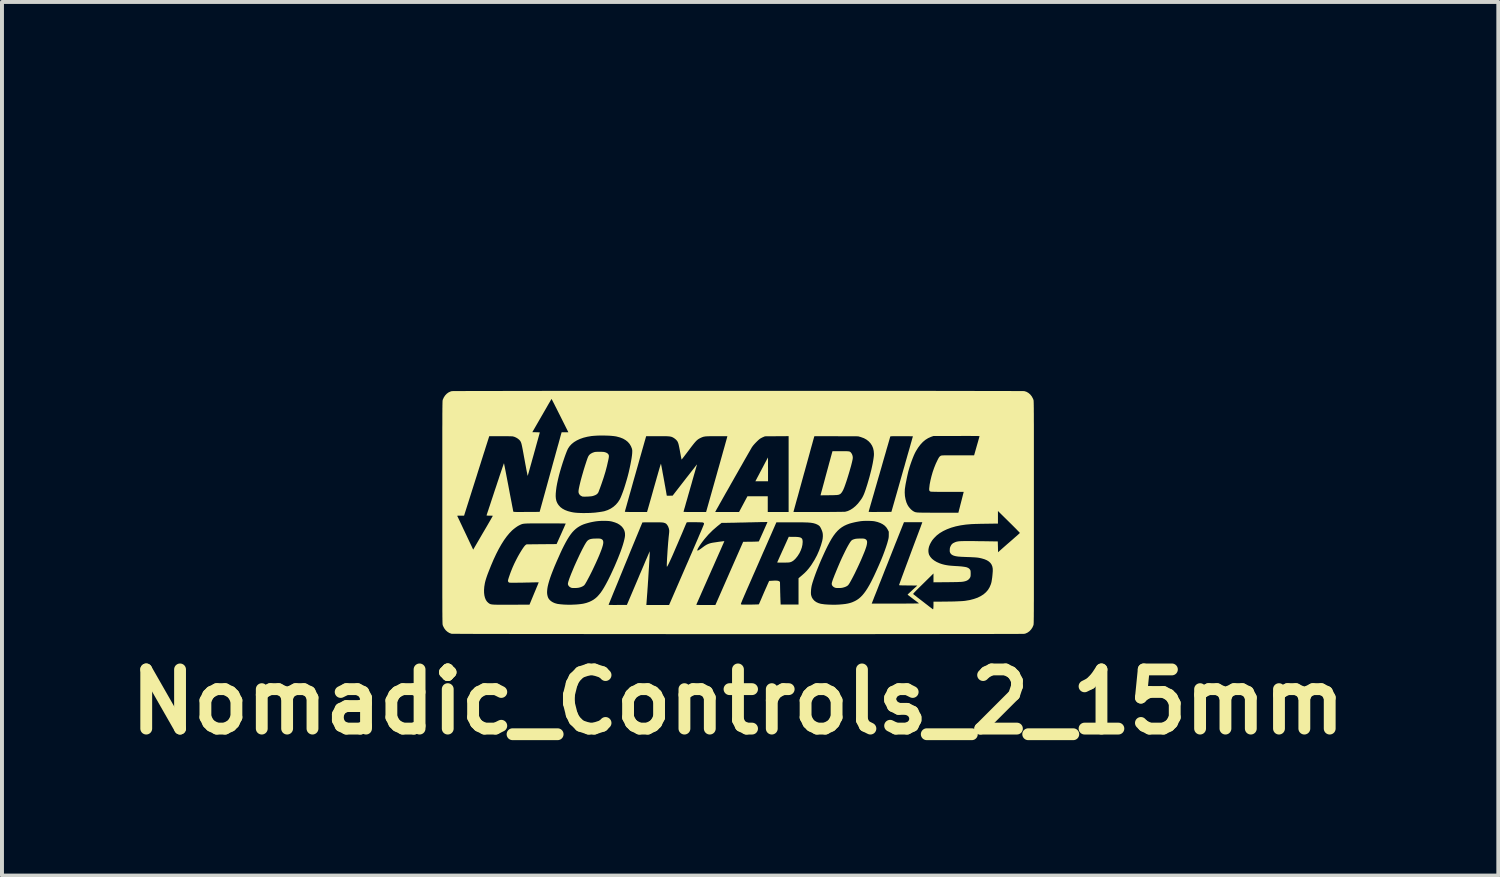
<source format=kicad_pcb>
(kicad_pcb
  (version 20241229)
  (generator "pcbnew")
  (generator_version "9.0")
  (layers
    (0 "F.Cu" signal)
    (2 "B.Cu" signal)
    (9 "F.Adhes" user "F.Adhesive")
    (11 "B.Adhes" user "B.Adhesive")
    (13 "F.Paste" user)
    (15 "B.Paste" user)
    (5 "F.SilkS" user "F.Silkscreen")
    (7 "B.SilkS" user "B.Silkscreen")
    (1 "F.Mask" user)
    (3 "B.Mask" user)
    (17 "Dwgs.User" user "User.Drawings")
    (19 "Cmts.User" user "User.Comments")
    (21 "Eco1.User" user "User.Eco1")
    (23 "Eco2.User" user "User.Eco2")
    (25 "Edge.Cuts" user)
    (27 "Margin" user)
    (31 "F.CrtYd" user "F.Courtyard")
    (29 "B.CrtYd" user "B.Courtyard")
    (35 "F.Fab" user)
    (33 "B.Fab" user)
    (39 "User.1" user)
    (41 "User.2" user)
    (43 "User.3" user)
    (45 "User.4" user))
  (footprint "Nomadic_Controls_2_15mm"
    (layer "F.Cu")
    (at 15.657 9.941)
    (property "Reference" "Nomadic_Controls_2_15mm" (at 0 4.8 0) (layer "F.SilkS") (effects (font (size 1.5 1.5) (thickness 0.3))))
    (attr board_only exclude_from_pos_files exclude_from_bom)
    (fp_poly (pts (xy 0.76 -1.388) (xy 0.76 -1.372) (xy 0.761 -1.345) (xy 0.761 -1.31) (xy 0.761 -1.267) (xy 0.761 -1.217) (xy 0.761 -1.163) (xy 0.762 -1.104) (xy 0.762 -1.094) (xy 0.762 -0.792) (xy 0.601 -0.792) (xy 0.441 -0.792) (xy 0.472 -0.849) (xy 0.481 -0.867) (xy 0.495 -0.894) (xy 0.514 -0.929) (xy 0.536 -0.97) (xy 0.56 -1.017) (xy 0.587 -1.067) (xy 0.614 -1.119) (xy 0.63 -1.148) (xy 0.656 -1.199) (xy 0.681 -1.246) (xy 0.703 -1.288) (xy 0.723 -1.325) (xy 0.738 -1.355) (xy 0.75 -1.377) (xy 0.757 -1.39) (xy 0.759 -1.394)) (stroke (width 0) (type solid)) (fill yes) (layer "F.SilkS"))
    (fp_poly (pts (xy 1.397 0.618) (xy 1.459 0.618) (xy 1.509 0.621) (xy 1.55 0.626) (xy 1.581 0.634) (xy 1.604 0.646) (xy 1.621 0.662) (xy 1.632 0.682) (xy 1.637 0.708) (xy 1.64 0.739) (xy 1.64 0.749) (xy 1.634 0.818) (xy 1.618 0.889) (xy 1.592 0.961) (xy 1.558 1.032) (xy 1.515 1.1) (xy 1.466 1.162) (xy 1.443 1.186) (xy 1.404 1.221) (xy 1.364 1.246) (xy 1.321 1.262) (xy 1.309 1.264) (xy 1.295 1.266) (xy 1.272 1.268) (xy 1.242 1.269) (xy 1.207 1.27) (xy 1.17 1.271) (xy 1.132 1.271) (xy 1.095 1.271) (xy 1.061 1.271) (xy 1.032 1.27) (xy 1.01 1.269) (xy 0.997 1.268) (xy 0.995 1.267) (xy 0.997 1.26) (xy 1.004 1.244) (xy 1.016 1.218) (xy 1.031 1.184) (xy 1.049 1.143) (xy 1.07 1.096) (xy 1.094 1.044) (xy 1.119 0.987) (xy 1.141 0.94) (xy 1.287 0.617)) (stroke (width 0) (type solid)) (fill yes) (layer "F.SilkS"))
    (fp_poly (pts (xy 2.663 -1.554) (xy 2.711 -1.553) (xy 2.749 -1.553) (xy 2.779 -1.552) (xy 2.801 -1.55) (xy 2.819 -1.547) (xy 2.831 -1.544) (xy 2.841 -1.538) (xy 2.85 -1.532) (xy 2.858 -1.524) (xy 2.863 -1.519) (xy 2.888 -1.483) (xy 2.904 -1.44) (xy 2.91 -1.406) (xy 2.91 -1.388) (xy 2.909 -1.369) (xy 2.906 -1.347) (xy 2.9 -1.319) (xy 2.892 -1.283) (xy 2.887 -1.262) (xy 2.869 -1.19) (xy 2.847 -1.113) (xy 2.824 -1.032) (xy 2.799 -0.949) (xy 2.774 -0.868) (xy 2.749 -0.79) (xy 2.724 -0.717) (xy 2.701 -0.653) (xy 2.689 -0.622) (xy 2.669 -0.575) (xy 2.647 -0.534) (xy 2.625 -0.501) (xy 2.604 -0.478) (xy 2.598 -0.473) (xy 2.586 -0.465) (xy 2.573 -0.458) (xy 2.56 -0.453) (xy 2.544 -0.448) (xy 2.524 -0.445) (xy 2.498 -0.442) (xy 2.466 -0.441) (xy 2.425 -0.439) (xy 2.376 -0.438) (xy 2.315 -0.438) (xy 2.307 -0.437) (xy 2.093 -0.435) (xy 2.097 -0.452) (xy 2.1 -0.463) (xy 2.105 -0.484) (xy 2.113 -0.515) (xy 2.124 -0.554) (xy 2.137 -0.601) (xy 2.151 -0.654) (xy 2.167 -0.712) (xy 2.184 -0.775) (xy 2.202 -0.842) (xy 2.22 -0.91) (xy 2.239 -0.98) (xy 2.258 -1.05) (xy 2.277 -1.119) (xy 2.295 -1.186) (xy 2.312 -1.25) (xy 2.329 -1.311) (xy 2.344 -1.366) (xy 2.357 -1.415) (xy 2.369 -1.457) (xy 2.378 -1.491) (xy 2.385 -1.516) (xy 2.389 -1.53) (xy 2.39 -1.534) (xy 2.396 -1.554) (xy 2.605 -1.554)) (stroke (width 0) (type solid)) (fill yes) (layer "F.SilkS"))
    (fp_poly (pts (xy -3.549 0.661) (xy -3.522 0.661) (xy -3.502 0.662) (xy -3.487 0.665) (xy -3.474 0.669) (xy -3.463 0.673) (xy -3.441 0.687) (xy -3.426 0.704) (xy -3.417 0.728) (xy -3.414 0.757) (xy -3.417 0.793) (xy -3.427 0.838) (xy -3.443 0.891) (xy -3.461 0.944) (xy -3.489 1.016) (xy -3.522 1.098) (xy -3.561 1.187) (xy -3.604 1.283) (xy -3.651 1.383) (xy -3.701 1.488) (xy -3.74 1.566) (xy -3.776 1.636) (xy -3.807 1.694) (xy -3.833 1.743) (xy -3.856 1.782) (xy -3.874 1.813) (xy -3.89 1.835) (xy -3.898 1.845) (xy -3.919 1.861) (xy -3.949 1.878) (xy -3.986 1.893) (xy -4.025 1.904) (xy -4.033 1.906) (xy -4.059 1.91) (xy -4.09 1.913) (xy -4.125 1.915) (xy -4.159 1.915) (xy -4.19 1.914) (xy -4.212 1.912) (xy -4.219 1.91) (xy -4.254 1.895) (xy -4.282 1.873) (xy -4.301 1.847) (xy -4.311 1.817) (xy -4.311 1.808) (xy -4.308 1.787) (xy -4.301 1.756) (xy -4.288 1.716) (xy -4.272 1.668) (xy -4.251 1.614) (xy -4.228 1.554) (xy -4.201 1.49) (xy -4.173 1.422) (xy -4.143 1.351) (xy -4.111 1.28) (xy -4.078 1.208) (xy -4.045 1.137) (xy -4.013 1.068) (xy -3.98 1.001) (xy -3.949 0.939) (xy -3.919 0.882) (xy -3.892 0.831) (xy -3.866 0.787) (xy -3.844 0.752) (xy -3.843 0.751) (xy -3.823 0.724) (xy -3.8 0.703) (xy -3.774 0.687) (xy -3.742 0.675) (xy -3.703 0.667) (xy -3.656 0.662) (xy -3.598 0.661) (xy -3.586 0.661)) (stroke (width 0) (type solid)) (fill yes) (layer "F.SilkS"))
    (fp_poly (pts (xy 3.139 0.661) (xy 3.166 0.661) (xy 3.186 0.662) (xy 3.201 0.665) (xy 3.214 0.669) (xy 3.225 0.673) (xy 3.248 0.688) (xy 3.263 0.707) (xy 3.272 0.732) (xy 3.273 0.765) (xy 3.268 0.805) (xy 3.257 0.853) (xy 3.241 0.903) (xy 3.224 0.951) (xy 3.203 1.006) (xy 3.178 1.066) (xy 3.151 1.131) (xy 3.122 1.199) (xy 3.091 1.268) (xy 3.059 1.338) (xy 3.026 1.409) (xy 2.993 1.477) (xy 2.961 1.544) (xy 2.929 1.606) (xy 2.899 1.664) (xy 2.871 1.716) (xy 2.846 1.761) (xy 2.824 1.799) (xy 2.805 1.826) (xy 2.792 1.843) (xy 2.768 1.862) (xy 2.735 1.88) (xy 2.695 1.895) (xy 2.655 1.906) (xy 2.627 1.911) (xy 2.593 1.914) (xy 2.556 1.915) (xy 2.521 1.915) (xy 2.491 1.913) (xy 2.472 1.91) (xy 2.434 1.895) (xy 2.404 1.871) (xy 2.395 1.86) (xy 2.387 1.847) (xy 2.381 1.834) (xy 2.378 1.82) (xy 2.377 1.803) (xy 2.38 1.782) (xy 2.387 1.757) (xy 2.397 1.725) (xy 2.411 1.685) (xy 2.43 1.637) (xy 2.452 1.579) (xy 2.458 1.566) (xy 2.502 1.458) (xy 2.546 1.353) (xy 2.59 1.251) (xy 2.633 1.155) (xy 2.676 1.065) (xy 2.717 0.981) (xy 2.755 0.906) (xy 2.791 0.84) (xy 2.824 0.784) (xy 2.841 0.757) (xy 2.862 0.728) (xy 2.881 0.707) (xy 2.902 0.693) (xy 2.928 0.682) (xy 2.963 0.672) (xy 2.965 0.671) (xy 2.991 0.666) (xy 3.025 0.663) (xy 3.067 0.661) (xy 3.101 0.661)) (stroke (width 0) (type solid)) (fill yes) (layer "F.SilkS"))
    (fp_poly (pts (xy -3.469 -1.538) (xy -3.439 -1.537) (xy -3.415 -1.536) (xy -3.396 -1.533) (xy -3.379 -1.53) (xy -3.362 -1.525) (xy -3.334 -1.514) (xy -3.314 -1.503) (xy -3.297 -1.488) (xy -3.296 -1.486) (xy -3.285 -1.473) (xy -3.277 -1.46) (xy -3.273 -1.444) (xy -3.272 -1.425) (xy -3.274 -1.401) (xy -3.279 -1.368) (xy -3.288 -1.326) (xy -3.29 -1.317) (xy -3.322 -1.175) (xy -3.361 -1.028) (xy -3.408 -0.876) (xy -3.462 -0.717) (xy -3.497 -0.62) (xy -3.509 -0.589) (xy -3.52 -0.56) (xy -3.529 -0.535) (xy -3.535 -0.519) (xy -3.535 -0.518) (xy -3.552 -0.489) (xy -3.579 -0.462) (xy -3.617 -0.44) (xy -3.663 -0.423) (xy -3.695 -0.414) (xy -3.716 -0.411) (xy -3.746 -0.408) (xy -3.78 -0.405) (xy -3.816 -0.403) (xy -3.852 -0.402) (xy -3.886 -0.401) (xy -3.914 -0.402) (xy -3.935 -0.403) (xy -3.943 -0.404) (xy -3.983 -0.423) (xy -4.013 -0.449) (xy -4.033 -0.481) (xy -4.04 -0.504) (xy -4.042 -0.519) (xy -4.042 -0.539) (xy -4.04 -0.564) (xy -4.035 -0.596) (xy -4.027 -0.635) (xy -4.017 -0.683) (xy -4.003 -0.742) (xy -3.994 -0.78) (xy -3.982 -0.827) (xy -3.967 -0.881) (xy -3.951 -0.939) (xy -3.933 -1.001) (xy -3.915 -1.064) (xy -3.896 -1.126) (xy -3.877 -1.187) (xy -3.858 -1.245) (xy -3.841 -1.298) (xy -3.825 -1.344) (xy -3.811 -1.383) (xy -3.799 -1.411) (xy -3.795 -1.421) (xy -3.772 -1.456) (xy -3.738 -1.486) (xy -3.694 -1.511) (xy -3.651 -1.527) (xy -3.634 -1.532) (xy -3.615 -1.535) (xy -3.591 -1.537) (xy -3.561 -1.538) (xy -3.521 -1.538) (xy -3.51 -1.538)) (stroke (width 0) (type solid)) (fill yes) (layer "F.SilkS"))
    (fp_poly (pts (xy 0.288 -3.083) (xy 0.547 -3.083) (xy 0.805 -3.083) (xy 1.062 -3.083) (xy 1.318 -3.083) (xy 1.572 -3.083) (xy 1.825 -3.083) (xy 2.075 -3.083) (xy 2.323 -3.083) (xy 2.569 -3.083) (xy 2.811 -3.083) (xy 3.05 -3.083) (xy 3.286 -3.083) (xy 3.518 -3.083) (xy 3.746 -3.082) (xy 3.969 -3.082) (xy 4.188 -3.082) (xy 4.401 -3.082) (xy 4.609 -3.082) (xy 4.812 -3.082) (xy 5.009 -3.082) (xy 5.199 -3.081) (xy 5.383 -3.081) (xy 5.561 -3.081) (xy 5.731 -3.081) (xy 5.894 -3.081) (xy 6.049 -3.08) (xy 6.196 -3.08) (xy 6.335 -3.08) (xy 6.466 -3.08) (xy 6.588 -3.079) (xy 6.7 -3.079) (xy 6.803 -3.079) (xy 6.897 -3.079) (xy 6.98 -3.078) (xy 7.054 -3.078) (xy 7.116 -3.078) (xy 7.168 -3.077) (xy 7.208 -3.077) (xy 7.238 -3.077) (xy 7.255 -3.076) (xy 7.26 -3.076) (xy 7.314 -3.059) (xy 7.364 -3.03) (xy 7.408 -2.992) (xy 7.446 -2.945) (xy 7.476 -2.89) (xy 7.49 -2.856) (xy 7.491 -2.853) (xy 7.492 -2.849) (xy 7.493 -2.845) (xy 7.493 -2.839) (xy 7.494 -2.832) (xy 7.495 -2.823) (xy 7.495 -2.812) (xy 7.496 -2.798) (xy 7.496 -2.781) (xy 7.497 -2.761) (xy 7.497 -2.738) (xy 7.498 -2.71) (xy 7.498 -2.679) (xy 7.499 -2.643) (xy 7.499 -2.601) (xy 7.499 -2.555) (xy 7.5 -2.503) (xy 7.5 -2.445) (xy 7.5 -2.381) (xy 7.5 -2.31) (xy 7.501 -2.233) (xy 7.501 -2.148) (xy 7.501 -2.055) (xy 7.501 -1.955) (xy 7.501 -1.846) (xy 7.501 -1.729) (xy 7.501 -1.603) (xy 7.501 -1.468) (xy 7.501 -1.323) (xy 7.501 -1.168) (xy 7.501 -1.003) (xy 7.501 -0.827) (xy 7.501 -0.64) (xy 7.501 -0.442) (xy 7.501 -0.233) (xy 7.501 -0.011) (xy 7.501 0) (xy 7.501 0.222) (xy 7.501 0.432) (xy 7.501 0.631) (xy 7.501 0.818) (xy 7.501 0.994) (xy 7.501 1.16) (xy 7.501 1.315) (xy 7.501 1.461) (xy 7.501 1.597) (xy 7.501 1.723) (xy 7.501 1.841) (xy 7.501 1.95) (xy 7.501 2.051) (xy 7.501 2.143) (xy 7.501 2.229) (xy 7.5 2.307) (xy 7.5 2.378) (xy 7.5 2.442) (xy 7.5 2.5) (xy 7.499 2.553) (xy 7.499 2.599) (xy 7.499 2.641) (xy 7.498 2.677) (xy 7.498 2.709) (xy 7.497 2.737) (xy 7.497 2.76) (xy 7.497 2.78) (xy 7.496 2.797) (xy 7.495 2.811) (xy 7.495 2.823) (xy 7.494 2.832) (xy 7.493 2.839) (xy 7.493 2.845) (xy 7.492 2.849) (xy 7.491 2.853) (xy 7.49 2.856) (xy 7.49 2.856) (xy 7.465 2.914) (xy 7.431 2.965) (xy 7.39 3.009) (xy 7.344 3.043) (xy 7.293 3.067) (xy 7.26 3.076) (xy 7.252 3.076) (xy 7.232 3.077) (xy 7.201 3.077) (xy 7.158 3.077) (xy 7.104 3.078) (xy 7.039 3.078) (xy 6.964 3.078) (xy 6.878 3.079) (xy 6.783 3.079) (xy 6.678 3.079) (xy 6.563 3.079) (xy 6.439 3.08) (xy 6.307 3.08) (xy 6.166 3.08) (xy 6.017 3.08) (xy 5.861 3.081) (xy 5.696 3.081) (xy 5.524 3.081) (xy 5.346 3.081) (xy 5.16 3.081) (xy 4.968 3.082) (xy 4.77 3.082) (xy 4.566 3.082) (xy 4.357 3.082) (xy 4.142 3.082) (xy 3.923 3.082) (xy 3.699 3.082) (xy 3.47 3.083) (xy 3.237 3.083) (xy 3.001 3.083) (xy 2.761 3.083) (xy 2.518 3.083) (xy 2.272 3.083) (xy 2.023 3.083) (xy 1.772 3.083) (xy 1.519 3.083) (xy 1.265 3.083) (xy 1.008 3.083) (xy 0.751 3.083) (xy 0.493 3.083) (xy 0.234 3.083) (xy -0.025 3.083) (xy -0.284 3.083) (xy -0.542 3.083) (xy -0.8 3.083) (xy -1.057 3.083) (xy -1.313 3.083) (xy -1.568 3.083) (xy -1.82 3.083) (xy -2.071 3.082) (xy -2.319 3.082) (xy -2.565 3.082) (xy -2.807 3.082) (xy -3.046 3.082) (xy -3.282 3.082) (xy -3.514 3.082) (xy -3.742 3.082) (xy -3.965 3.081) (xy -4.184 3.081) (xy -4.398 3.081) (xy -4.606 3.081) (xy -4.809 3.081) (xy -5.006 3.08) (xy -5.196 3.08) (xy -5.381 3.08) (xy -5.558 3.08) (xy -5.729 3.08) (xy -5.892 3.079) (xy -6.047 3.079) (xy -6.195 3.079) (xy -6.334 3.079) (xy -6.465 3.078) (xy -6.587 3.078) (xy -6.699 3.078) (xy -6.803 3.077) (xy -6.896 3.077) (xy -6.98 3.077) (xy -7.054 3.076) (xy -7.117 3.076) (xy -7.169 3.076) (xy -7.209 3.075) (xy -7.239 3.075) (xy -7.256 3.075) (xy -7.262 3.074) (xy -7.315 3.055) (xy -7.364 3.025) (xy -7.408 2.986) (xy -7.445 2.937) (xy -7.474 2.882) (xy -7.484 2.856) (xy -7.485 2.853) (xy -7.486 2.849) (xy -7.486 2.845) (xy -7.487 2.839) (xy -7.488 2.832) (xy -7.489 2.823) (xy -7.489 2.812) (xy -7.49 2.798) (xy -7.49 2.781) (xy -7.491 2.761) (xy -7.491 2.738) (xy -7.492 2.71) (xy -7.492 2.679) (xy -7.493 2.643) (xy -7.493 2.601) (xy -7.493 2.555) (xy -7.494 2.503) (xy -7.494 2.445) (xy -7.494 2.381) (xy -7.494 2.341) (xy -3.279 2.341) (xy -3.273 2.342) (xy -3.256 2.343) (xy -3.23 2.344) (xy -3.194 2.344) (xy -3.151 2.345) (xy -3.102 2.345) (xy -3.048 2.344) (xy -3.048 2.344) (xy -2.816 2.343) (xy -2.527 1.663) (xy -2.491 1.576) (xy -2.455 1.493) (xy -2.421 1.413) (xy -2.389 1.339) (xy -2.36 1.269) (xy -2.333 1.205) (xy -2.308 1.149) (xy -2.287 1.099) (xy -2.269 1.057) (xy -2.255 1.025) (xy -2.244 1.001) (xy -2.238 0.988) (xy -2.237 0.985) (xy -2.236 0.992) (xy -2.237 1.011) (xy -2.238 1.039) (xy -2.239 1.077) (xy -2.242 1.124) (xy -2.244 1.179) (xy -2.248 1.24) (xy -2.252 1.307) (xy -2.256 1.379) (xy -2.261 1.454) (xy -2.266 1.533) (xy -2.271 1.614) (xy -2.276 1.697) (xy -2.282 1.779) (xy -2.287 1.861) (xy -2.293 1.942) (xy -2.298 2.02) (xy -2.304 2.094) (xy -2.309 2.164) (xy -2.314 2.23) (xy -2.318 2.289) (xy -2.319 2.298) (xy -2.323 2.346) (xy -2.035 2.346) (xy -1.746 2.346) (xy -1.744 2.34) (xy -1.056 2.34) (xy -1.05 2.342) (xy -1.032 2.343) (xy -1.003 2.344) (xy -0.963 2.345) (xy -0.912 2.346) (xy -0.852 2.346) (xy -0.815 2.346) (xy -0.573 2.346) (xy -0.562 2.322) (xy 0.074 2.322) (xy 0.074 2.324) (xy 0.075 2.326) (xy 0.084 2.331) (xy 0.101 2.335) (xy 0.103 2.335) (xy 0.117 2.336) (xy 0.139 2.336) (xy 0.17 2.336) (xy 0.206 2.336) (xy 0.247 2.336) (xy 0.291 2.335) (xy 0.336 2.335) (xy 0.379 2.334) (xy 0.421 2.333) (xy 0.458 2.332) (xy 0.489 2.331) (xy 0.512 2.33) (xy 0.526 2.329) (xy 0.529 2.328) (xy 0.532 2.322) (xy 0.54 2.306) (xy 0.551 2.281) (xy 0.565 2.248) (xy 0.582 2.21) (xy 0.6 2.168) (xy 0.613 2.137) (xy 0.635 2.086) (xy 0.658 2.032) (xy 0.681 1.98) (xy 0.703 1.93) (xy 0.723 1.886) (xy 0.739 1.85) (xy 0.742 1.842) (xy 0.79 1.735) (xy 0.873 1.73) (xy 0.927 1.727) (xy 0.97 1.727) (xy 1.004 1.73) (xy 1.028 1.736) (xy 1.046 1.745) (xy 1.048 1.747) (xy 1.065 1.761) (xy 1.069 1.966) (xy 1.07 2.019) (xy 1.072 2.073) (xy 1.073 2.124) (xy 1.075 2.171) (xy 1.076 2.212) (xy 1.078 2.243) (xy 1.078 2.252) (xy 1.082 2.334) (xy 1.309 2.334) (xy 1.535 2.334) (xy 1.535 2.036) (xy 1.849 2.036) (xy 1.851 2.074) (xy 1.854 2.094) (xy 1.871 2.148) (xy 1.899 2.195) (xy 1.936 2.236) (xy 1.982 2.27) (xy 2.037 2.296) (xy 2.1 2.315) (xy 2.121 2.318) (xy 2.2 2.329) (xy 2.288 2.335) (xy 2.383 2.338) (xy 2.481 2.338) (xy 2.57 2.334) (xy 2.651 2.327) (xy 2.722 2.319) (xy 2.777 2.309) (xy 3.39 2.309) (xy 3.993 2.309) (xy 4.094 2.309) (xy 4.182 2.309) (xy 4.259 2.309) (xy 4.327 2.308) (xy 4.384 2.308) (xy 4.433 2.308) (xy 4.474 2.307) (xy 4.507 2.307) (xy 4.533 2.306) (xy 4.553 2.306) (xy 4.568 2.305) (xy 4.578 2.304) (xy 4.583 2.303) (xy 4.585 2.301) (xy 4.585 2.3) (xy 4.585 2.299) (xy 4.577 2.293) (xy 4.56 2.281) (xy 4.537 2.264) (xy 4.508 2.242) (xy 4.474 2.217) (xy 4.438 2.19) (xy 4.436 2.188) (xy 4.4 2.161) (xy 4.368 2.136) (xy 4.341 2.115) (xy 4.319 2.099) (xy 4.305 2.087) (xy 4.3 2.082) (xy 4.299 2.082) (xy 4.304 2.077) (xy 4.315 2.066) (xy 4.441 2.066) (xy 4.441 2.067) (xy 4.448 2.073) (xy 4.463 2.085) (xy 4.486 2.103) (xy 4.515 2.125) (xy 4.548 2.152) (xy 4.586 2.181) (xy 4.626 2.212) (xy 4.669 2.245) (xy 4.712 2.278) (xy 4.754 2.311) (xy 4.795 2.342) (xy 4.833 2.372) (xy 4.867 2.398) (xy 4.897 2.42) (xy 4.92 2.438) (xy 4.936 2.45) (xy 4.944 2.456) (xy 4.944 2.456) (xy 4.947 2.451) (xy 4.951 2.437) (xy 4.952 2.428) (xy 4.954 2.41) (xy 4.955 2.384) (xy 4.956 2.353) (xy 4.956 2.33) (xy 4.956 2.26) (xy 5.16 2.26) (xy 5.25 2.259) (xy 5.336 2.258) (xy 5.419 2.257) (xy 5.497 2.255) (xy 5.569 2.252) (xy 5.633 2.249) (xy 5.689 2.246) (xy 5.735 2.242) (xy 5.767 2.238) (xy 5.879 2.219) (xy 5.981 2.192) (xy 6.073 2.16) (xy 6.154 2.12) (xy 6.226 2.074) (xy 6.287 2.021) (xy 6.338 1.962) (xy 6.378 1.896) (xy 6.409 1.823) (xy 6.421 1.785) (xy 6.429 1.749) (xy 6.436 1.704) (xy 6.444 1.652) (xy 6.45 1.596) (xy 6.455 1.538) (xy 6.459 1.486) (xy 6.458 1.424) (xy 6.448 1.37) (xy 6.428 1.321) (xy 6.399 1.279) (xy 6.36 1.243) (xy 6.311 1.212) (xy 6.251 1.186) (xy 6.18 1.165) (xy 6.15 1.158) (xy 6.122 1.152) (xy 6.094 1.147) (xy 6.064 1.143) (xy 6.031 1.14) (xy 5.994 1.137) (xy 5.949 1.135) (xy 5.897 1.132) (xy 5.833 1.13) (xy 5.828 1.13) (xy 5.778 1.128) (xy 5.728 1.126) (xy 5.682 1.124) (xy 5.641 1.122) (xy 5.607 1.119) (xy 5.583 1.118) (xy 5.58 1.117) (xy 5.52 1.108) (xy 5.471 1.095) (xy 5.433 1.078) (xy 5.403 1.056) (xy 5.383 1.029) (xy 5.38 1.023) (xy 5.373 1.006) (xy 5.369 0.99) (xy 5.368 0.971) (xy 5.369 0.943) (xy 5.369 0.943) (xy 5.371 0.912) (xy 5.376 0.888) (xy 5.385 0.865) (xy 5.391 0.852) (xy 5.409 0.82) (xy 5.43 0.796) (xy 5.457 0.776) (xy 5.488 0.761) (xy 5.503 0.754) (xy 5.518 0.748) (xy 5.534 0.743) (xy 5.552 0.738) (xy 5.571 0.735) (xy 5.594 0.731) (xy 5.62 0.729) (xy 5.651 0.727) (xy 5.688 0.726) (xy 5.731 0.725) (xy 5.781 0.724) (xy 5.839 0.724) (xy 5.906 0.725) (xy 5.982 0.725) (xy 6.069 0.727) (xy 6.167 0.728) (xy 6.193 0.728) (xy 6.586 0.734) (xy 6.59 0.871) (xy 6.593 1.008) (xy 6.703 0.91) (xy 6.736 0.881) (xy 6.776 0.846) (xy 6.82 0.807) (xy 6.868 0.766) (xy 6.916 0.724) (xy 6.962 0.684) (xy 6.979 0.669) (xy 7.017 0.635) (xy 7.053 0.604) (xy 7.084 0.577) (xy 7.11 0.553) (xy 7.13 0.535) (xy 7.142 0.523) (xy 7.146 0.519) (xy 7.142 0.514) (xy 7.131 0.5) (xy 7.111 0.48) (xy 7.085 0.454) (xy 7.054 0.421) (xy 7.017 0.384) (xy 6.976 0.343) (xy 6.931 0.298) (xy 6.883 0.251) (xy 6.869 0.237) (xy 6.59 -0.038) (xy 6.59 0.122) (xy 6.59 0.281) (xy 6.309 0.285) (xy 6.246 0.286) (xy 6.183 0.287) (xy 6.122 0.288) (xy 6.064 0.29) (xy 6.011 0.291) (xy 5.967 0.293) (xy 5.931 0.294) (xy 5.917 0.295) (xy 5.776 0.307) (xy 5.644 0.326) (xy 5.52 0.352) (xy 5.405 0.385) (xy 5.299 0.425) (xy 5.202 0.471) (xy 5.115 0.523) (xy 5.038 0.582) (xy 4.972 0.648) (xy 4.928 0.7) (xy 4.895 0.752) (xy 4.866 0.807) (xy 4.844 0.863) (xy 4.839 0.882) (xy 4.829 0.931) (xy 4.827 0.98) (xy 4.832 1.027) (xy 4.843 1.068) (xy 4.846 1.075) (xy 4.877 1.126) (xy 4.919 1.174) (xy 4.972 1.216) (xy 5.035 1.254) (xy 5.109 1.287) (xy 5.151 1.302) (xy 5.194 1.315) (xy 5.239 1.326) (xy 5.285 1.335) (xy 5.337 1.343) (xy 5.394 1.349) (xy 5.46 1.354) (xy 5.536 1.359) (xy 5.564 1.36) (xy 5.615 1.364) (xy 5.666 1.368) (xy 5.713 1.374) (xy 5.754 1.38) (xy 5.787 1.387) (xy 5.799 1.39) (xy 5.839 1.407) (xy 5.869 1.431) (xy 5.884 1.452) (xy 5.891 1.465) (xy 5.895 1.477) (xy 5.897 1.493) (xy 5.898 1.515) (xy 5.899 1.547) (xy 5.899 1.548) (xy 5.898 1.581) (xy 5.897 1.605) (xy 5.894 1.623) (xy 5.889 1.638) (xy 5.886 1.646) (xy 5.862 1.682) (xy 5.829 1.712) (xy 5.786 1.734) (xy 5.77 1.739) (xy 5.753 1.744) (xy 5.736 1.748) (xy 5.717 1.752) (xy 5.696 1.755) (xy 5.672 1.758) (xy 5.644 1.76) (xy 5.609 1.761) (xy 5.569 1.763) (xy 5.52 1.764) (xy 5.462 1.765) (xy 5.395 1.766) (xy 5.317 1.767) (xy 5.304 1.767) (xy 4.956 1.77) (xy 4.956 1.658) (xy 4.956 1.546) (xy 4.695 1.803) (xy 4.639 1.858) (xy 4.591 1.905) (xy 4.551 1.945) (xy 4.518 1.978) (xy 4.492 2.005) (xy 4.472 2.026) (xy 4.457 2.042) (xy 4.448 2.054) (xy 4.442 2.062) (xy 4.441 2.066) (xy 4.315 2.066) (xy 4.316 2.065) (xy 4.335 2.047) (xy 4.36 2.024) (xy 4.389 1.997) (xy 4.421 1.967) (xy 4.423 1.965) (xy 4.546 1.852) (xy 4.315 1.85) (xy 4.254 1.849) (xy 4.204 1.849) (xy 4.165 1.848) (xy 4.134 1.847) (xy 4.112 1.846) (xy 4.097 1.845) (xy 4.088 1.843) (xy 4.084 1.841) (xy 4.084 1.84) (xy 4.086 1.832) (xy 4.092 1.814) (xy 4.103 1.784) (xy 4.117 1.745) (xy 4.135 1.696) (xy 4.156 1.637) (xy 4.181 1.57) (xy 4.209 1.494) (xy 4.24 1.41) (xy 4.274 1.318) (xy 4.311 1.22) (xy 4.35 1.114) (xy 4.391 1.003) (xy 4.435 0.885) (xy 4.481 0.762) (xy 4.529 0.635) (xy 4.575 0.513) (xy 4.595 0.459) (xy 4.614 0.409) (xy 4.631 0.364) (xy 4.645 0.324) (xy 4.657 0.292) (xy 4.666 0.267) (xy 4.672 0.252) (xy 4.673 0.248) (xy 4.668 0.247) (xy 4.651 0.247) (xy 4.624 0.246) (xy 4.589 0.246) (xy 4.548 0.246) (xy 4.5 0.246) (xy 4.449 0.246) (xy 4.441 0.246) (xy 4.208 0.246) (xy 4.036 0.677) (xy 4.018 0.723) (xy 3.996 0.776) (xy 3.972 0.837) (xy 3.946 0.904) (xy 3.917 0.976) (xy 3.887 1.053) (xy 3.855 1.133) (xy 3.822 1.217) (xy 3.788 1.303) (xy 3.753 1.39) (xy 3.718 1.477) (xy 3.684 1.565) (xy 3.65 1.651) (xy 3.617 1.735) (xy 3.584 1.816) (xy 3.554 1.894) (xy 3.525 1.968) (xy 3.498 2.036) (xy 3.473 2.098) (xy 3.451 2.153) (xy 3.433 2.201) (xy 3.417 2.24) (xy 3.406 2.27) (xy 3.398 2.289) (xy 3.396 2.295) (xy 3.39 2.309) (xy 2.777 2.309) (xy 2.785 2.308) (xy 2.841 2.294) (xy 2.893 2.277) (xy 2.943 2.255) (xy 2.969 2.243) (xy 3.018 2.215) (xy 3.065 2.182) (xy 3.11 2.143) (xy 3.154 2.098) (xy 3.197 2.046) (xy 3.241 1.986) (xy 3.285 1.918) (xy 3.331 1.84) (xy 3.378 1.752) (xy 3.427 1.653) (xy 3.452 1.602) (xy 3.514 1.467) (xy 3.572 1.337) (xy 3.626 1.212) (xy 3.674 1.093) (xy 3.716 0.981) (xy 3.753 0.876) (xy 3.784 0.78) (xy 3.805 0.703) (xy 3.814 0.668) (xy 3.819 0.639) (xy 3.822 0.609) (xy 3.823 0.574) (xy 3.823 0.561) (xy 3.823 0.487) (xy 3.797 0.435) (xy 3.765 0.383) (xy 3.723 0.337) (xy 3.671 0.299) (xy 3.609 0.267) (xy 3.537 0.241) (xy 3.461 0.223) (xy 3.424 0.218) (xy 3.379 0.215) (xy 3.328 0.213) (xy 3.273 0.212) (xy 3.219 0.213) (xy 3.169 0.215) (xy 3.124 0.219) (xy 3.114 0.22) (xy 3.065 0.228) (xy 3.013 0.237) (xy 2.959 0.248) (xy 2.908 0.26) (xy 2.862 0.272) (xy 2.827 0.282) (xy 2.757 0.308) (xy 2.693 0.338) (xy 2.633 0.374) (xy 2.578 0.415) (xy 2.525 0.464) (xy 2.474 0.521) (xy 2.424 0.587) (xy 2.375 0.662) (xy 2.326 0.748) (xy 2.278 0.839) (xy 2.235 0.926) (xy 2.192 1.017) (xy 2.15 1.11) (xy 2.108 1.204) (xy 2.068 1.298) (xy 2.03 1.391) (xy 1.994 1.481) (xy 1.962 1.566) (xy 1.933 1.647) (xy 1.908 1.721) (xy 1.887 1.786) (xy 1.872 1.843) (xy 1.869 1.853) (xy 1.861 1.897) (xy 1.854 1.945) (xy 1.851 1.992) (xy 1.849 2.036) (xy 1.535 2.036) (xy 1.535 2) (xy 1.535 1.667) (xy 1.626 1.59) (xy 1.689 1.534) (xy 1.744 1.478) (xy 1.795 1.418) (xy 1.845 1.352) (xy 1.866 1.321) (xy 1.94 1.203) (xy 2.003 1.085) (xy 2.057 0.963) (xy 2.103 0.834) (xy 2.135 0.724) (xy 2.147 0.662) (xy 2.152 0.601) (xy 2.15 0.544) (xy 2.141 0.497) (xy 2.128 0.459) (xy 2.112 0.421) (xy 2.095 0.386) (xy 2.078 0.359) (xy 2.071 0.349) (xy 2.046 0.327) (xy 2.012 0.307) (xy 1.972 0.289) (xy 1.933 0.277) (xy 1.911 0.271) (xy 1.888 0.267) (xy 1.863 0.263) (xy 1.836 0.259) (xy 1.806 0.257) (xy 1.771 0.254) (xy 1.73 0.253) (xy 1.682 0.251) (xy 1.627 0.25) (xy 1.563 0.25) (xy 1.489 0.249) (xy 1.405 0.249) (xy 1.358 0.249) (xy 0.974 0.249) (xy 0.927 0.356) (xy 0.919 0.375) (xy 0.906 0.404) (xy 0.889 0.443) (xy 0.868 0.491) (xy 0.844 0.547) (xy 0.816 0.61) (xy 0.785 0.68) (xy 0.752 0.756) (xy 0.716 0.838) (xy 0.679 0.923) (xy 0.639 1.012) (xy 0.599 1.104) (xy 0.558 1.198) (xy 0.541 1.237) (xy 0.484 1.367) (xy 0.432 1.486) (xy 0.384 1.594) (xy 0.341 1.693) (xy 0.302 1.782) (xy 0.267 1.862) (xy 0.235 1.934) (xy 0.207 1.998) (xy 0.183 2.055) (xy 0.161 2.104) (xy 0.143 2.147) (xy 0.127 2.184) (xy 0.113 2.216) (xy 0.103 2.242) (xy 0.094 2.264) (xy 0.087 2.281) (xy 0.081 2.295) (xy 0.078 2.305) (xy 0.075 2.313) (xy 0.074 2.318) (xy 0.074 2.322) (xy -0.562 2.322) (xy -0.221 1.545) (xy 0.132 0.743) (xy 0.267 0.742) (xy 0.312 0.742) (xy 0.356 0.741) (xy 0.398 0.74) (xy 0.435 0.739) (xy 0.462 0.738) (xy 0.466 0.738) (xy 0.529 0.734) (xy 0.639 0.489) (xy 0.662 0.437) (xy 0.683 0.39) (xy 0.702 0.347) (xy 0.719 0.309) (xy 0.732 0.279) (xy 0.741 0.257) (xy 0.746 0.244) (xy 0.747 0.242) (xy 0.741 0.241) (xy 0.723 0.242) (xy 0.695 0.242) (xy 0.657 0.243) (xy 0.611 0.243) (xy 0.556 0.244) (xy 0.495 0.246) (xy 0.428 0.247) (xy 0.356 0.249) (xy 0.279 0.25) (xy 0.221 0.252) (xy 0.14 0.254) (xy 0.062 0.255) (xy -0.013 0.257) (xy -0.083 0.259) (xy -0.148 0.26) (xy -0.206 0.261) (xy -0.256 0.262) (xy -0.298 0.263) (xy -0.331 0.264) (xy -0.352 0.264) (xy -0.36 0.264) (xy -0.416 0.264) (xy -0.523 0.349) (xy -0.641 0.451) (xy -0.75 0.56) (xy -0.85 0.676) (xy -0.889 0.726) (xy -0.924 0.773) (xy -0.956 0.818) (xy -0.983 0.859) (xy -1.005 0.895) (xy -1.021 0.924) (xy -1.03 0.946) (xy -1.032 0.956) (xy -1.027 0.964) (xy -1.015 0.964) (xy -0.995 0.954) (xy -0.967 0.937) (xy -0.932 0.912) (xy -0.899 0.887) (xy -0.843 0.846) (xy -0.79 0.814) (xy -0.738 0.791) (xy -0.682 0.774) (xy -0.681 0.774) (xy -0.664 0.771) (xy -0.639 0.766) (xy -0.607 0.761) (xy -0.571 0.756) (xy -0.532 0.75) (xy -0.493 0.744) (xy -0.454 0.739) (xy -0.419 0.735) (xy -0.388 0.731) (xy -0.364 0.728) (xy -0.35 0.727) (xy -0.345 0.727) (xy -0.348 0.733) (xy -0.355 0.749) (xy -0.366 0.776) (xy -0.382 0.811) (xy -0.401 0.855) (xy -0.424 0.908) (xy -0.45 0.968) (xy -0.48 1.034) (xy -0.512 1.107) (xy -0.547 1.185) (xy -0.584 1.269) (xy -0.622 1.356) (xy -0.663 1.447) (xy -0.7 1.531) (xy -0.742 1.625) (xy -0.782 1.716) (xy -0.821 1.804) (xy -0.858 1.887) (xy -0.892 1.965) (xy -0.924 2.037) (xy -0.953 2.104) (xy -0.979 2.163) (xy -1.002 2.215) (xy -1.021 2.259) (xy -1.037 2.294) (xy -1.048 2.319) (xy -1.054 2.335) (xy -1.056 2.34) (xy -1.744 2.34) (xy -1.306 1.331) (xy -1.259 1.225) (xy -1.215 1.121) (xy -1.171 1.021) (xy -1.13 0.925) (xy -1.09 0.833) (xy -1.053 0.747) (xy -1.018 0.666) (xy -0.987 0.592) (xy -0.958 0.525) (xy -0.932 0.465) (xy -0.91 0.413) (xy -0.892 0.369) (xy -0.878 0.335) (xy -0.868 0.311) (xy -0.863 0.297) (xy -0.862 0.294) (xy -0.861 0.278) (xy -0.866 0.268) (xy -0.876 0.26) (xy -0.881 0.257) (xy -0.889 0.254) (xy -0.899 0.252) (xy -0.913 0.251) (xy -0.934 0.25) (xy -0.961 0.249) (xy -0.996 0.248) (xy -1.042 0.247) (xy -1.093 0.247) (xy -1.15 0.246) (xy -1.196 0.246) (xy -1.231 0.246) (xy -1.258 0.247) (xy -1.277 0.248) (xy -1.29 0.249) (xy -1.297 0.251) (xy -1.3 0.253) (xy -1.304 0.261) (xy -1.312 0.278) (xy -1.323 0.303) (xy -1.337 0.335) (xy -1.352 0.371) (xy -1.36 0.39) (xy -1.419 0.531) (xy -1.475 0.661) (xy -1.526 0.781) (xy -1.573 0.889) (xy -1.615 0.987) (xy -1.653 1.075) (xy -1.687 1.151) (xy -1.717 1.216) (xy -1.742 1.27) (xy -1.763 1.313) (xy -1.78 1.345) (xy -1.792 1.366) (xy -1.799 1.375) (xy -1.801 1.376) (xy -1.803 1.37) (xy -1.804 1.353) (xy -1.804 1.326) (xy -1.803 1.29) (xy -1.801 1.246) (xy -1.799 1.196) (xy -1.796 1.14) (xy -1.792 1.081) (xy -1.788 1.017) (xy -1.784 0.952) (xy -1.779 0.886) (xy -1.774 0.82) (xy -1.769 0.755) (xy -1.763 0.693) (xy -1.758 0.635) (xy -1.752 0.581) (xy -1.747 0.533) (xy -1.745 0.517) (xy -1.742 0.462) (xy -1.75 0.412) (xy -1.768 0.361) (xy -1.773 0.35) (xy -1.795 0.314) (xy -1.818 0.288) (xy -1.846 0.27) (xy -1.882 0.259) (xy -1.889 0.257) (xy -1.905 0.255) (xy -1.925 0.253) (xy -1.952 0.251) (xy -1.987 0.25) (xy -2.03 0.249) (xy -2.084 0.249) (xy -2.147 0.249) (xy -2.175 0.249) (xy -2.229 0.249) (xy -2.278 0.249) (xy -2.323 0.25) (xy -2.361 0.25) (xy -2.391 0.251) (xy -2.412 0.252) (xy -2.422 0.253) (xy -2.423 0.253) (xy -2.426 0.259) (xy -2.433 0.276) (xy -2.444 0.303) (xy -2.459 0.339) (xy -2.478 0.383) (xy -2.499 0.436) (xy -2.524 0.496) (xy -2.551 0.562) (xy -2.581 0.634) (xy -2.613 0.712) (xy -2.647 0.794) (xy -2.682 0.879) (xy -2.719 0.968) (xy -2.756 1.059) (xy -2.794 1.153) (xy -2.833 1.247) (xy -2.872 1.341) (xy -2.91 1.435) (xy -2.948 1.528) (xy -2.986 1.62) (xy -3.022 1.709) (xy -3.057 1.795) (xy -3.091 1.877) (xy -3.123 1.955) (xy -3.153 2.027) (xy -3.18 2.094) (xy -3.204 2.154) (xy -3.226 2.207) (xy -3.244 2.252) (xy -3.259 2.289) (xy -3.27 2.316) (xy -3.277 2.334) (xy -3.279 2.341) (xy -3.279 2.341) (xy -7.494 2.341) (xy -7.494 2.31) (xy -7.494 2.233) (xy -7.495 2.148) (xy -7.495 2.055) (xy -7.495 1.962) (xy -6.437 1.962) (xy -6.436 2.036) (xy -6.428 2.103) (xy -6.413 2.163) (xy -6.391 2.216) (xy -6.362 2.259) (xy -6.326 2.293) (xy -6.319 2.298) (xy -6.309 2.305) (xy -6.299 2.312) (xy -6.289 2.317) (xy -6.278 2.322) (xy -6.265 2.326) (xy -6.25 2.329) (xy -6.232 2.332) (xy -6.209 2.334) (xy -6.18 2.336) (xy -6.146 2.337) (xy -6.105 2.338) (xy -6.055 2.338) (xy -5.998 2.338) (xy -5.93 2.338) (xy -5.852 2.338) (xy -5.763 2.338) (xy -5.752 2.338) (xy -5.285 2.337) (xy -5.168 2.054) (xy -5.162 2.04) (xy -4.839 2.04) (xy -4.834 2.084) (xy -4.825 2.124) (xy -4.812 2.16) (xy -4.804 2.176) (xy -4.777 2.213) (xy -4.74 2.247) (xy -4.694 2.276) (xy -4.642 2.299) (xy -4.585 2.315) (xy -4.566 2.319) (xy -4.491 2.328) (xy -4.407 2.335) (xy -4.317 2.338) (xy -4.224 2.338) (xy -4.13 2.334) (xy -4.118 2.334) (xy -4.045 2.328) (xy -3.983 2.321) (xy -3.928 2.313) (xy -3.88 2.302) (xy -3.835 2.29) (xy -3.827 2.287) (xy -3.768 2.266) (xy -3.715 2.241) (xy -3.664 2.212) (xy -3.617 2.178) (xy -3.571 2.138) (xy -3.528 2.091) (xy -3.484 2.038) (xy -3.441 1.976) (xy -3.397 1.905) (xy -3.351 1.824) (xy -3.302 1.732) (xy -3.28 1.689) (xy -3.228 1.583) (xy -3.179 1.477) (xy -3.131 1.372) (xy -3.087 1.269) (xy -3.045 1.169) (xy -3.007 1.073) (xy -2.972 0.982) (xy -2.942 0.896) (xy -2.916 0.816) (xy -2.895 0.743) (xy -2.879 0.679) (xy -2.868 0.624) (xy -2.863 0.58) (xy -2.865 0.52) (xy -2.877 0.467) (xy -2.9 0.417) (xy -2.934 0.37) (xy -2.953 0.35) (xy -3 0.311) (xy -3.055 0.278) (xy -3.119 0.252) (xy -3.193 0.23) (xy -3.227 0.223) (xy -3.267 0.217) (xy -3.316 0.214) (xy -3.371 0.212) (xy -3.43 0.212) (xy -3.49 0.214) (xy -3.547 0.218) (xy -3.6 0.224) (xy -3.614 0.226) (xy -3.677 0.237) (xy -3.74 0.25) (xy -3.802 0.266) (xy -3.858 0.282) (xy -3.906 0.298) (xy -3.92 0.303) (xy -3.973 0.326) (xy -4.022 0.353) (xy -4.069 0.383) (xy -4.113 0.417) (xy -4.157 0.457) (xy -4.199 0.502) (xy -4.24 0.554) (xy -4.281 0.613) (xy -4.323 0.68) (xy -4.366 0.756) (xy -4.411 0.841) (xy -4.458 0.935) (xy -4.507 1.041) (xy -4.541 1.118) (xy -4.597 1.244) (xy -4.647 1.36) (xy -4.69 1.467) (xy -4.728 1.565) (xy -4.76 1.654) (xy -4.786 1.735) (xy -4.807 1.809) (xy -4.823 1.876) (xy -4.833 1.936) (xy -4.838 1.991) (xy -4.839 2.04) (xy -5.162 2.04) (xy -5.145 1.999) (xy -5.123 1.947) (xy -5.104 1.9) (xy -5.086 1.858) (xy -5.072 1.823) (xy -5.061 1.796) (xy -5.054 1.778) (xy -5.051 1.77) (xy -5.051 1.77) (xy -5.057 1.77) (xy -5.074 1.77) (xy -5.101 1.77) (xy -5.136 1.771) (xy -5.178 1.772) (xy -5.225 1.773) (xy -5.277 1.774) (xy -5.285 1.775) (xy -5.345 1.776) (xy -5.408 1.777) (xy -5.471 1.779) (xy -5.531 1.78) (xy -5.587 1.78) (xy -5.634 1.781) (xy -5.66 1.781) (xy -5.705 1.781) (xy -5.739 1.781) (xy -5.765 1.78) (xy -5.783 1.779) (xy -5.795 1.778) (xy -5.803 1.775) (xy -5.809 1.772) (xy -5.813 1.768) (xy -5.814 1.767) (xy -5.825 1.753) (xy -5.831 1.74) (xy -5.83 1.728) (xy -5.826 1.705) (xy -5.817 1.674) (xy -5.805 1.636) (xy -5.79 1.593) (xy -5.773 1.544) (xy -5.754 1.493) (xy -5.733 1.441) (xy -5.711 1.387) (xy -5.696 1.354) (xy -5.671 1.298) (xy -5.642 1.239) (xy -5.612 1.18) (xy -5.581 1.121) (xy -5.549 1.064) (xy -5.517 1.01) (xy -5.487 0.961) (xy -5.458 0.916) (xy -5.432 0.879) (xy -5.409 0.849) (xy -5.39 0.829) (xy -5.382 0.823) (xy -5.359 0.808) (xy -4.978 0.804) (xy -4.598 0.801) (xy -4.482 0.543) (xy -4.459 0.491) (xy -4.437 0.441) (xy -4.417 0.397) (xy -4.4 0.358) (xy -4.386 0.325) (xy -4.375 0.301) (xy -4.369 0.286) (xy -4.367 0.281) (xy -4.373 0.28) (xy -4.39 0.28) (xy -4.418 0.279) (xy -4.455 0.278) (xy -4.501 0.278) (xy -4.555 0.277) (xy -4.616 0.277) (xy -4.683 0.277) (xy -4.755 0.277) (xy -4.831 0.276) (xy -4.884 0.276) (xy -4.978 0.276) (xy -5.062 0.277) (xy -5.134 0.277) (xy -5.197 0.277) (xy -5.251 0.277) (xy -5.297 0.278) (xy -5.336 0.279) (xy -5.369 0.28) (xy -5.396 0.282) (xy -5.419 0.284) (xy -5.437 0.286) (xy -5.454 0.289) (xy -5.468 0.292) (xy -5.48 0.296) (xy -5.493 0.301) (xy -5.506 0.306) (xy -5.516 0.311) (xy -5.553 0.329) (xy -5.596 0.354) (xy -5.64 0.385) (xy -5.684 0.419) (xy -5.724 0.453) (xy -5.726 0.455) (xy -5.794 0.525) (xy -5.862 0.607) (xy -5.93 0.701) (xy -5.997 0.807) (xy -6.064 0.925) (xy -6.13 1.054) (xy -6.196 1.195) (xy -6.261 1.348) (xy -6.316 1.486) (xy -6.341 1.55) (xy -6.361 1.605) (xy -6.377 1.652) (xy -6.39 1.693) (xy -6.401 1.73) (xy -6.41 1.765) (xy -6.417 1.798) (xy -6.431 1.882) (xy -6.437 1.962) (xy -7.495 1.962) (xy -7.495 1.955) (xy -7.495 1.846) (xy -7.495 1.729) (xy -7.495 1.603) (xy -7.495 1.468) (xy -7.495 1.323) (xy -7.495 1.168) (xy -7.495 1.003) (xy -7.495 0.827) (xy -7.495 0.64) (xy -7.495 0.442) (xy -7.495 0.233) (xy -7.495 0.088) (xy -7.116 0.088) (xy -7.113 0.094) (xy -7.105 0.111) (xy -7.092 0.137) (xy -7.076 0.172) (xy -7.056 0.213) (xy -7.034 0.261) (xy -7.008 0.315) (xy -6.981 0.373) (xy -6.952 0.435) (xy -6.939 0.461) (xy -6.909 0.525) (xy -6.879 0.588) (xy -6.851 0.648) (xy -6.825 0.703) (xy -6.801 0.754) (xy -6.78 0.798) (xy -6.763 0.834) (xy -6.749 0.862) (xy -6.741 0.881) (xy -6.739 0.884) (xy -6.712 0.942) (xy -6.464 0.516) (xy -6.425 0.45) (xy -6.388 0.387) (xy -6.353 0.327) (xy -6.322 0.273) (xy -6.293 0.223) (xy -6.268 0.18) (xy -6.248 0.144) (xy -6.232 0.116) (xy -6.221 0.096) (xy -6.215 0.086) (xy -6.215 0.085) (xy -6.221 0.083) (xy -6.236 0.082) (xy -6.26 0.08) (xy -6.289 0.08) (xy -6.295 0.08) (xy -6.33 0.08) (xy -6.353 0.079) (xy -6.367 0.077) (xy -6.373 0.074) (xy -6.373 0.072) (xy -6.371 0.065) (xy -6.365 0.048) (xy -6.356 0.02) (xy -6.344 -0.017) (xy -6.328 -0.063) (xy -6.311 -0.117) (xy -6.29 -0.178) (xy -6.268 -0.246) (xy -6.244 -0.319) (xy -6.218 -0.397) (xy -6.191 -0.479) (xy -6.163 -0.565) (xy -6.153 -0.594) (xy -6.124 -0.68) (xy -6.097 -0.763) (xy -6.07 -0.842) (xy -6.046 -0.917) (xy -6.023 -0.985) (xy -6.002 -1.047) (xy -5.983 -1.103) (xy -5.967 -1.15) (xy -5.953 -1.189) (xy -5.943 -1.219) (xy -5.936 -1.238) (xy -5.932 -1.247) (xy -5.932 -1.248) (xy -5.93 -1.241) (xy -5.926 -1.224) (xy -5.921 -1.195) (xy -5.913 -1.158) (xy -5.904 -1.111) (xy -5.893 -1.056) (xy -5.881 -0.994) (xy -5.868 -0.926) (xy -5.854 -0.853) (xy -5.839 -0.774) (xy -5.823 -0.692) (xy -5.813 -0.639) (xy -5.797 -0.554) (xy -5.782 -0.473) (xy -5.767 -0.396) (xy -5.753 -0.323) (xy -5.74 -0.257) (xy -5.729 -0.197) (xy -5.719 -0.145) (xy -5.71 -0.101) (xy -5.704 -0.066) (xy -5.699 -0.041) (xy -5.696 -0.026) (xy -5.695 -0.023) (xy -5.694 -0.021) (xy -5.691 -0.019) (xy -5.685 -0.017) (xy -5.676 -0.016) (xy -5.662 -0.015) (xy -5.643 -0.014) (xy -5.617 -0.013) (xy -5.584 -0.013) (xy -5.542 -0.013) (xy -5.491 -0.013) (xy -5.429 -0.013) (xy -5.36 -0.014) (xy -5.028 -0.015) (xy -4.917 -0.416) (xy -4.621 -0.416) (xy -4.617 -0.36) (xy -4.608 -0.313) (xy -4.607 -0.307) (xy -4.595 -0.271) (xy -4.582 -0.242) (xy -4.567 -0.216) (xy -4.547 -0.187) (xy -4.542 -0.181) (xy -4.501 -0.136) (xy -4.449 -0.097) (xy -4.387 -0.063) (xy -4.314 -0.035) (xy -4.232 -0.013) (xy -4.176 -0.002) (xy -4.131 0.004) (xy -4.076 0.009) (xy -4.014 0.012) (xy -3.946 0.014) (xy -3.875 0.014) (xy -3.803 0.013) (xy -3.733 0.011) (xy -3.667 0.006) (xy -3.657 0.006) (xy -3.613 0.002) (xy -3.566 -0.004) (xy -3.518 -0.01) (xy -3.472 -0.017) (xy -3.457 -0.019) (xy -2.868 -0.019) (xy -2.864 -0.018) (xy -2.853 -0.016) (xy -2.834 -0.015) (xy -2.806 -0.014) (xy -2.768 -0.013) (xy -2.72 -0.013) (xy -2.662 -0.012) (xy -2.591 -0.012) (xy -2.586 -0.012) (xy -2.305 -0.012) (xy -0.578 -0.012) (xy -0.275 -0.013) (xy 0.028 -0.013) (xy 0.134 -0.212) (xy 0.24 -0.411) (xy 0.498 -0.411) (xy 0.755 -0.411) (xy 0.755 -0.212) (xy 0.755 -0.012) (xy 1.019 -0.012) (xy 1.284 -0.012) (xy 1.284 -0.015) (xy 1.406 -0.015) (xy 1.412 -0.014) (xy 1.43 -0.013) (xy 1.457 -0.013) (xy 1.494 -0.012) (xy 1.54 -0.012) (xy 1.592 -0.012) (xy 1.652 -0.012) (xy 1.717 -0.012) (xy 1.786 -0.012) (xy 1.859 -0.012) (xy 1.934 -0.012) (xy 2.011 -0.012) (xy 2.089 -0.012) (xy 2.166 -0.013) (xy 2.242 -0.013) (xy 2.316 -0.013) (xy 2.387 -0.014) (xy 2.453 -0.014) (xy 2.514 -0.015) (xy 2.569 -0.016) (xy 2.617 -0.016) (xy 2.657 -0.017) (xy 2.688 -0.018) (xy 2.708 -0.018) (xy 2.718 -0.019) (xy 2.723 -0.02) (xy 3.312 -0.02) (xy 3.314 -0.018) (xy 3.319 -0.017) (xy 3.327 -0.015) (xy 3.34 -0.014) (xy 3.36 -0.014) (xy 3.386 -0.013) (xy 3.421 -0.013) (xy 3.464 -0.013) (xy 3.517 -0.013) (xy 3.581 -0.014) (xy 3.599 -0.014) (xy 3.889 -0.015) (xy 4.029 -0.504) (xy 4.227 -0.504) (xy 4.232 -0.418) (xy 4.247 -0.336) (xy 4.269 -0.258) (xy 4.297 -0.194) (xy 4.322 -0.153) (xy 4.354 -0.112) (xy 4.388 -0.076) (xy 4.424 -0.046) (xy 4.45 -0.029) (xy 4.461 -0.023) (xy 4.471 -0.018) (xy 4.481 -0.014) (xy 4.492 -0.01) (xy 4.505 -0.006) (xy 4.52 -0.004) (xy 4.539 -0.001) (xy 4.561 0.001) (xy 4.589 0.002) (xy 4.622 0.003) (xy 4.662 0.004) (xy 4.709 0.005) (xy 4.765 0.005) (xy 4.83 0.005) (xy 4.905 0.006) (xy 4.99 0.006) (xy 5.067 0.006) (xy 5.587 0.006) (xy 5.603 -0.057) (xy 5.608 -0.078) (xy 5.617 -0.11) (xy 5.627 -0.149) (xy 5.638 -0.194) (xy 5.651 -0.243) (xy 5.664 -0.294) (xy 5.671 -0.321) (xy 5.722 -0.522) (xy 5.316 -0.522) (xy 5.224 -0.522) (xy 5.143 -0.522) (xy 5.072 -0.523) (xy 5.012 -0.524) (xy 4.964 -0.525) (xy 4.927 -0.526) (xy 4.901 -0.527) (xy 4.888 -0.528) (xy 4.887 -0.528) (xy 4.867 -0.537) (xy 4.854 -0.55) (xy 4.848 -0.569) (xy 4.847 -0.597) (xy 4.848 -0.612) (xy 4.859 -0.709) (xy 4.879 -0.812) (xy 4.905 -0.919) (xy 4.936 -1.027) (xy 4.973 -1.133) (xy 5.014 -1.235) (xy 5.053 -1.317) (xy 5.072 -1.355) (xy 5.088 -1.384) (xy 5.102 -1.405) (xy 5.116 -1.42) (xy 5.13 -1.431) (xy 5.14 -1.437) (xy 5.145 -1.44) (xy 5.151 -1.442) (xy 5.158 -1.443) (xy 5.168 -1.445) (xy 5.181 -1.446) (xy 5.198 -1.447) (xy 5.221 -1.448) (xy 5.249 -1.448) (xy 5.285 -1.449) (xy 5.329 -1.449) (xy 5.381 -1.449) (xy 5.444 -1.449) (xy 5.517 -1.449) (xy 5.575 -1.449) (xy 5.986 -1.449) (xy 6.054 -1.689) (xy 6.069 -1.741) (xy 6.083 -1.789) (xy 6.095 -1.833) (xy 6.106 -1.871) (xy 6.114 -1.901) (xy 6.12 -1.922) (xy 6.123 -1.933) (xy 6.123 -1.935) (xy 6.118 -1.936) (xy 6.103 -1.937) (xy 6.079 -1.938) (xy 6.043 -1.938) (xy 5.998 -1.939) (xy 5.941 -1.939) (xy 5.873 -1.94) (xy 5.794 -1.94) (xy 5.704 -1.94) (xy 5.601 -1.939) (xy 5.538 -1.939) (xy 4.953 -1.938) (xy 4.893 -1.917) (xy 4.821 -1.885) (xy 4.752 -1.842) (xy 4.687 -1.788) (xy 4.625 -1.721) (xy 4.566 -1.643) (xy 4.512 -1.556) (xy 4.485 -1.505) (xy 4.457 -1.444) (xy 4.429 -1.375) (xy 4.401 -1.301) (xy 4.374 -1.224) (xy 4.349 -1.147) (xy 4.327 -1.071) (xy 4.317 -1.036) (xy 4.305 -0.984) (xy 4.292 -0.927) (xy 4.279 -0.867) (xy 4.267 -0.806) (xy 4.255 -0.748) (xy 4.245 -0.693) (xy 4.238 -0.644) (xy 4.232 -0.605) (xy 4.23 -0.59) (xy 4.227 -0.504) (xy 4.029 -0.504) (xy 4.161 -0.97) (xy 4.191 -1.076) (xy 4.221 -1.178) (xy 4.248 -1.276) (xy 4.275 -1.37) (xy 4.3 -1.459) (xy 4.324 -1.542) (xy 4.346 -1.618) (xy 4.366 -1.688) (xy 4.383 -1.751) (xy 4.399 -1.805) (xy 4.411 -1.85) (xy 4.421 -1.885) (xy 4.429 -1.911) (xy 4.433 -1.926) (xy 4.434 -1.93) (xy 4.428 -1.931) (xy 4.411 -1.932) (xy 4.384 -1.932) (xy 4.349 -1.933) (xy 4.306 -1.934) (xy 4.256 -1.934) (xy 4.202 -1.934) (xy 4.149 -1.934) (xy 4.082 -1.934) (xy 4.027 -1.934) (xy 3.981 -1.934) (xy 3.945 -1.934) (xy 3.917 -1.933) (xy 3.896 -1.932) (xy 3.881 -1.931) (xy 3.871 -1.93) (xy 3.865 -1.928) (xy 3.862 -1.926) (xy 3.86 -1.924) (xy 3.858 -1.917) (xy 3.853 -1.899) (xy 3.845 -1.87) (xy 3.834 -1.831) (xy 3.82 -1.783) (xy 3.804 -1.727) (xy 3.785 -1.662) (xy 3.764 -1.591) (xy 3.742 -1.512) (xy 3.717 -1.427) (xy 3.691 -1.337) (xy 3.664 -1.242) (xy 3.636 -1.143) (xy 3.606 -1.041) (xy 3.587 -0.973) (xy 3.556 -0.869) (xy 3.527 -0.767) (xy 3.499 -0.67) (xy 3.472 -0.577) (xy 3.447 -0.488) (xy 3.423 -0.406) (xy 3.401 -0.33) (xy 3.381 -0.26) (xy 3.363 -0.199) (xy 3.348 -0.145) (xy 3.335 -0.101) (xy 3.325 -0.065) (xy 3.318 -0.04) (xy 3.314 -0.026) (xy 3.313 -0.023) (xy 3.312 -0.02) (xy 2.723 -0.02) (xy 2.785 -0.037) (xy 2.851 -0.068) (xy 2.916 -0.11) (xy 2.98 -0.163) (xy 3.042 -0.227) (xy 3.101 -0.303) (xy 3.127 -0.339) (xy 3.147 -0.37) (xy 3.164 -0.402) (xy 3.181 -0.436) (xy 3.198 -0.475) (xy 3.215 -0.52) (xy 3.234 -0.574) (xy 3.247 -0.614) (xy 3.277 -0.707) (xy 3.305 -0.802) (xy 3.332 -0.895) (xy 3.356 -0.988) (xy 3.379 -1.077) (xy 3.398 -1.162) (xy 3.415 -1.242) (xy 3.428 -1.315) (xy 3.438 -1.381) (xy 3.445 -1.438) (xy 3.447 -1.484) (xy 3.447 -1.486) (xy 3.441 -1.561) (xy 3.425 -1.631) (xy 3.398 -1.695) (xy 3.361 -1.752) (xy 3.314 -1.803) (xy 3.258 -1.847) (xy 3.193 -1.883) (xy 3.119 -1.91) (xy 3.104 -1.915) (xy 3.043 -1.931) (xy 2.489 -1.933) (xy 2.407 -1.933) (xy 2.33 -1.933) (xy 2.256 -1.934) (xy 2.188 -1.934) (xy 2.127 -1.934) (xy 2.072 -1.933) (xy 2.025 -1.933) (xy 1.987 -1.933) (xy 1.959 -1.933) (xy 1.941 -1.932) (xy 1.934 -1.932) (xy 1.934 -1.932) (xy 1.933 -1.926) (xy 1.928 -1.908) (xy 1.921 -1.88) (xy 1.91 -1.842) (xy 1.897 -1.795) (xy 1.882 -1.739) (xy 1.864 -1.675) (xy 1.844 -1.604) (xy 1.823 -1.525) (xy 1.8 -1.441) (xy 1.775 -1.351) (xy 1.749 -1.256) (xy 1.721 -1.156) (xy 1.693 -1.053) (xy 1.67 -0.973) (xy 1.641 -0.867) (xy 1.613 -0.765) (xy 1.586 -0.667) (xy 1.56 -0.573) (xy 1.536 -0.484) (xy 1.513 -0.401) (xy 1.491 -0.324) (xy 1.472 -0.255) (xy 1.455 -0.193) (xy 1.44 -0.139) (xy 1.428 -0.094) (xy 1.418 -0.058) (xy 1.411 -0.033) (xy 1.407 -0.018) (xy 1.406 -0.015) (xy 1.284 -0.015) (xy 1.284 -0.974) (xy 1.284 -1.935) (xy 0.984 -1.933) (xy 0.685 -1.931) (xy 0.646 -1.915) (xy 0.619 -1.903) (xy 0.59 -1.888) (xy 0.572 -1.878) (xy 0.548 -1.862) (xy 0.519 -1.837) (xy 0.487 -1.807) (xy 0.453 -1.773) (xy 0.42 -1.738) (xy 0.39 -1.704) (xy 0.366 -1.672) (xy 0.357 -1.66) (xy 0.351 -1.651) (xy 0.34 -1.631) (xy 0.323 -1.602) (xy 0.302 -1.565) (xy 0.276 -1.52) (xy 0.246 -1.468) (xy 0.213 -1.41) (xy 0.176 -1.346) (xy 0.137 -1.277) (xy 0.096 -1.204) (xy 0.052 -1.128) (xy 0.008 -1.05) (xy -0.038 -0.969) (xy -0.085 -0.887) (xy -0.131 -0.805) (xy -0.178 -0.723) (xy -0.223 -0.642) (xy -0.268 -0.563) (xy -0.312 -0.487) (xy -0.353 -0.414) (xy -0.392 -0.345) (xy -0.428 -0.28) (xy -0.462 -0.221) (xy -0.491 -0.168) (xy -0.517 -0.122) (xy -0.539 -0.084) (xy -0.555 -0.054) (xy -0.567 -0.033) (xy -0.57 -0.026) (xy -0.578 -0.012) (xy -2.305 -0.012) (xy -2.215 -0.327) (xy -2.194 -0.401) (xy -2.171 -0.483) (xy -2.147 -0.569) (xy -2.122 -0.658) (xy -2.097 -0.745) (xy -2.073 -0.829) (xy -2.052 -0.905) (xy -2.041 -0.941) (xy -2.025 -0.999) (xy -2.009 -1.053) (xy -1.995 -1.102) (xy -1.982 -1.146) (xy -1.971 -1.182) (xy -1.962 -1.209) (xy -1.956 -1.228) (xy -1.953 -1.236) (xy -1.952 -1.236) (xy -1.951 -1.229) (xy -1.947 -1.212) (xy -1.942 -1.185) (xy -1.935 -1.15) (xy -1.927 -1.107) (xy -1.918 -1.059) (xy -1.909 -1.005) (xy -1.898 -0.948) (xy -1.887 -0.889) (xy -1.876 -0.828) (xy -1.865 -0.768) (xy -1.855 -0.709) (xy -1.844 -0.652) (xy -1.835 -0.599) (xy -1.826 -0.551) (xy -1.819 -0.509) (xy -1.813 -0.475) (xy -1.809 -0.449) (xy -1.806 -0.433) (xy -1.806 -0.428) (xy -1.8 -0.426) (xy -1.784 -0.425) (xy -1.761 -0.425) (xy -1.732 -0.425) (xy -1.731 -0.425) (xy -1.656 -0.427) (xy -1.355 -0.815) (xy -1.308 -0.876) (xy -1.262 -0.934) (xy -1.22 -0.988) (xy -1.181 -1.038) (xy -1.145 -1.084) (xy -1.114 -1.123) (xy -1.088 -1.157) (xy -1.068 -1.183) (xy -1.054 -1.201) (xy -1.046 -1.21) (xy -1.045 -1.211) (xy -1.039 -1.216) (xy -1.04 -1.211) (xy -1.04 -1.21) (xy -1.042 -1.203) (xy -1.048 -1.185) (xy -1.056 -1.156) (xy -1.067 -1.119) (xy -1.08 -1.072) (xy -1.095 -1.019) (xy -1.113 -0.958) (xy -1.132 -0.891) (xy -1.153 -0.818) (xy -1.174 -0.741) (xy -1.197 -0.661) (xy -1.21 -0.617) (xy -1.233 -0.535) (xy -1.256 -0.456) (xy -1.277 -0.381) (xy -1.297 -0.311) (xy -1.316 -0.247) (xy -1.332 -0.189) (xy -1.346 -0.138) (xy -1.359 -0.096) (xy -1.368 -0.062) (xy -1.375 -0.039) (xy -1.379 -0.025) (xy -1.379 -0.023) (xy -1.38 -0.021) (xy -1.378 -0.018) (xy -1.373 -0.017) (xy -1.364 -0.015) (xy -1.351 -0.014) (xy -1.331 -0.014) (xy -1.304 -0.013) (xy -1.269 -0.013) (xy -1.225 -0.012) (xy -1.171 -0.012) (xy -1.106 -0.012) (xy -1.095 -0.012) (xy -0.808 -0.012) (xy -0.541 -0.958) (xy -0.512 -1.063) (xy -0.483 -1.164) (xy -0.455 -1.263) (xy -0.429 -1.357) (xy -0.404 -1.445) (xy -0.381 -1.529) (xy -0.359 -1.606) (xy -0.339 -1.676) (xy -0.322 -1.738) (xy -0.307 -1.792) (xy -0.294 -1.838) (xy -0.284 -1.874) (xy -0.277 -1.9) (xy -0.273 -1.915) (xy -0.272 -1.919) (xy -0.269 -1.934) (xy -0.534 -1.934) (xy -0.606 -1.934) (xy -0.666 -1.934) (xy -0.718 -1.933) (xy -0.76 -1.932) (xy -0.796 -1.93) (xy -0.825 -1.928) (xy -0.85 -1.924) (xy -0.872 -1.92) (xy -0.891 -1.914) (xy -0.91 -1.907) (xy -0.929 -1.899) (xy -0.938 -1.895) (xy -0.962 -1.883) (xy -0.983 -1.872) (xy -1.003 -1.86) (xy -1.022 -1.846) (xy -1.041 -1.83) (xy -1.061 -1.811) (xy -1.083 -1.787) (xy -1.108 -1.758) (xy -1.136 -1.723) (xy -1.169 -1.681) (xy -1.207 -1.631) (xy -1.251 -1.572) (xy -1.262 -1.558) (xy -1.296 -1.513) (xy -1.328 -1.471) (xy -1.357 -1.433) (xy -1.382 -1.4) (xy -1.402 -1.374) (xy -1.418 -1.355) (xy -1.427 -1.344) (xy -1.429 -1.341) (xy -1.431 -1.348) (xy -1.435 -1.365) (xy -1.44 -1.392) (xy -1.447 -1.426) (xy -1.454 -1.466) (xy -1.463 -1.512) (xy -1.468 -1.542) (xy -1.48 -1.605) (xy -1.49 -1.656) (xy -1.499 -1.698) (xy -1.507 -1.732) (xy -1.516 -1.76) (xy -1.525 -1.783) (xy -1.534 -1.801) (xy -1.546 -1.817) (xy -1.559 -1.833) (xy -1.572 -1.847) (xy -1.595 -1.866) (xy -1.62 -1.885) (xy -1.64 -1.897) (xy -1.655 -1.905) (xy -1.67 -1.912) (xy -1.686 -1.918) (xy -1.703 -1.922) (xy -1.722 -1.926) (xy -1.746 -1.929) (xy -1.775 -1.931) (xy -1.81 -1.933) (xy -1.852 -1.933) (xy -1.903 -1.934) (xy -1.964 -1.934) (xy -2.036 -1.934) (xy -2.04 -1.934) (xy -2.327 -1.934) (xy -2.333 -1.915) (xy -2.336 -1.904) (xy -2.342 -1.883) (xy -2.351 -1.851) (xy -2.363 -1.811) (xy -2.377 -1.761) (xy -2.393 -1.705) (xy -2.411 -1.641) (xy -2.431 -1.571) (xy -2.452 -1.496) (xy -2.475 -1.416) (xy -2.499 -1.332) (xy -2.523 -1.245) (xy -2.548 -1.156) (xy -2.574 -1.065) (xy -2.6 -0.973) (xy -2.626 -0.882) (xy -2.652 -0.791) (xy -2.677 -0.701) (xy -2.701 -0.614) (xy -2.725 -0.529) (xy -2.748 -0.449) (xy -2.769 -0.373) (xy -2.789 -0.302) (xy -2.807 -0.238) (xy -2.823 -0.18) (xy -2.837 -0.13) (xy -2.849 -0.088) (xy -2.858 -0.056) (xy -2.864 -0.033) (xy -2.868 -0.021) (xy -2.868 -0.019) (xy -3.457 -0.019) (xy -3.431 -0.024) (xy -3.398 -0.03) (xy -3.382 -0.034) (xy -3.302 -0.061) (xy -3.226 -0.098) (xy -3.157 -0.144) (xy -3.095 -0.199) (xy -3.042 -0.261) (xy -2.998 -0.329) (xy -2.992 -0.341) (xy -2.969 -0.39) (xy -2.945 -0.45) (xy -2.919 -0.518) (xy -2.892 -0.594) (xy -2.866 -0.675) (xy -2.84 -0.761) (xy -2.814 -0.848) (xy -2.79 -0.936) (xy -2.768 -1.023) (xy -2.749 -1.108) (xy -2.746 -1.121) (xy -2.726 -1.216) (xy -2.71 -1.301) (xy -2.697 -1.375) (xy -2.688 -1.439) (xy -2.682 -1.493) (xy -2.68 -1.538) (xy -2.68 -1.575) (xy -2.685 -1.604) (xy -2.686 -1.612) (xy -2.712 -1.678) (xy -2.747 -1.737) (xy -2.792 -1.789) (xy -2.847 -1.833) (xy -2.912 -1.871) (xy -2.987 -1.901) (xy -3.072 -1.924) (xy -3.095 -1.929) (xy -3.143 -1.936) (xy -3.201 -1.942) (xy -3.267 -1.947) (xy -3.338 -1.949) (xy -3.412 -1.951) (xy -3.486 -1.951) (xy -3.559 -1.949) (xy -3.628 -1.945) (xy -3.691 -1.94) (xy -3.718 -1.937) (xy -3.822 -1.919) (xy -3.918 -1.895) (xy -4.006 -1.864) (xy -4.085 -1.827) (xy -4.156 -1.784) (xy -4.217 -1.735) (xy -4.267 -1.681) (xy -4.307 -1.622) (xy -4.31 -1.616) (xy -4.323 -1.589) (xy -4.339 -1.552) (xy -4.357 -1.506) (xy -4.377 -1.453) (xy -4.398 -1.394) (xy -4.419 -1.332) (xy -4.441 -1.267) (xy -4.462 -1.2) (xy -4.482 -1.135) (xy -4.501 -1.071) (xy -4.504 -1.061) (xy -4.536 -0.946) (xy -4.562 -0.838) (xy -4.584 -0.737) (xy -4.601 -0.644) (xy -4.612 -0.559) (xy -4.619 -0.483) (xy -4.621 -0.416) (xy -4.917 -0.416) (xy -4.756 -1.001) (xy -4.726 -1.108) (xy -4.698 -1.213) (xy -4.67 -1.314) (xy -4.643 -1.41) (xy -4.618 -1.502) (xy -4.594 -1.588) (xy -4.572 -1.668) (xy -4.551 -1.741) (xy -4.533 -1.807) (xy -4.517 -1.865) (xy -4.504 -1.914) (xy -4.493 -1.953) (xy -4.485 -1.983) (xy -4.479 -2.002) (xy -4.477 -2.01) (xy -4.47 -2.033) (xy -4.385 -2.033) (xy -4.299 -2.033) (xy -4.511 -2.457) (xy -4.545 -2.524) (xy -4.577 -2.588) (xy -4.607 -2.648) (xy -4.635 -2.702) (xy -4.659 -2.751) (xy -4.681 -2.793) (xy -4.699 -2.828) (xy -4.713 -2.854) (xy -4.722 -2.871) (xy -4.726 -2.878) (xy -4.726 -2.878) (xy -4.73 -2.873) (xy -4.739 -2.857) (xy -4.753 -2.833) (xy -4.772 -2.8) (xy -4.796 -2.76) (xy -4.823 -2.713) (xy -4.853 -2.66) (xy -4.886 -2.603) (xy -4.922 -2.541) (xy -4.959 -2.476) (xy -4.971 -2.456) (xy -5.213 -2.036) (xy -5.118 -2.034) (xy -5.086 -2.033) (xy -5.058 -2.032) (xy -5.037 -2.031) (xy -5.025 -2.03) (xy -5.024 -2.029) (xy -5.025 -2.023) (xy -5.03 -2.005) (xy -5.037 -1.978) (xy -5.047 -1.942) (xy -5.059 -1.898) (xy -5.073 -1.848) (xy -5.089 -1.791) (xy -5.106 -1.73) (xy -5.124 -1.665) (xy -5.142 -1.598) (xy -5.162 -1.528) (xy -5.181 -1.458) (xy -5.201 -1.388) (xy -5.22 -1.32) (xy -5.238 -1.254) (xy -5.256 -1.191) (xy -5.272 -1.133) (xy -5.287 -1.08) (xy -5.3 -1.033) (xy -5.311 -0.994) (xy -5.32 -0.963) (xy -5.326 -0.941) (xy -5.33 -0.93) (xy -5.33 -0.929) (xy -5.332 -0.933) (xy -5.336 -0.949) (xy -5.341 -0.975) (xy -5.348 -1.01) (xy -5.357 -1.053) (xy -5.367 -1.104) (xy -5.377 -1.161) (xy -5.389 -1.223) (xy -5.401 -1.29) (xy -5.409 -1.334) (xy -5.425 -1.419) (xy -5.438 -1.492) (xy -5.45 -1.556) (xy -5.46 -1.61) (xy -5.469 -1.655) (xy -5.477 -1.693) (xy -5.484 -1.724) (xy -5.491 -1.75) (xy -5.498 -1.771) (xy -5.505 -1.787) (xy -5.512 -1.801) (xy -5.519 -1.813) (xy -5.527 -1.823) (xy -5.537 -1.833) (xy -5.547 -1.844) (xy -5.549 -1.846) (xy -5.582 -1.873) (xy -5.623 -1.898) (xy -5.665 -1.917) (xy -5.704 -1.928) (xy -5.718 -1.93) (xy -5.743 -1.931) (xy -5.777 -1.932) (xy -5.82 -1.933) (xy -5.87 -1.934) (xy -5.926 -1.934) (xy -5.987 -1.934) (xy -6.021 -1.934) (xy -6.305 -1.934) (xy -6.326 -1.868) (xy -6.33 -1.855) (xy -6.338 -1.831) (xy -6.349 -1.796) (xy -6.363 -1.752) (xy -6.38 -1.699) (xy -6.4 -1.637) (xy -6.421 -1.568) (xy -6.446 -1.492) (xy -6.472 -1.409) (xy -6.5 -1.321) (xy -6.529 -1.228) (xy -6.56 -1.131) (xy -6.592 -1.03) (xy -6.624 -0.926) (xy -6.645 -0.861) (xy -6.943 0.08) (xy -7.031 0.08) (xy -7.067 0.08) (xy -7.092 0.081) (xy -7.107 0.082) (xy -7.115 0.085) (xy -7.116 0.088) (xy -7.495 0.088) (xy -7.495 0.011) (xy -7.495 0) (xy -7.495 -0.222) (xy -7.495 -0.432) (xy -7.495 -0.631) (xy -7.495 -0.818) (xy -7.495 -0.994) (xy -7.495 -1.16) (xy -7.495 -1.315) (xy -7.495 -1.461) (xy -7.495 -1.597) (xy -7.495 -1.723) (xy -7.495 -1.841) (xy -7.495 -1.95) (xy -7.495 -2.051) (xy -7.495 -2.143) (xy -7.494 -2.229) (xy -7.494 -2.307) (xy -7.494 -2.378) (xy -7.494 -2.442) (xy -7.494 -2.5) (xy -7.493 -2.553) (xy -7.493 -2.599) (xy -7.493 -2.641) (xy -7.492 -2.677) (xy -7.492 -2.709) (xy -7.491 -2.737) (xy -7.491 -2.76) (xy -7.49 -2.78) (xy -7.49 -2.797) (xy -7.489 -2.811) (xy -7.489 -2.823) (xy -7.488 -2.832) (xy -7.487 -2.839) (xy -7.486 -2.845) (xy -7.486 -2.849) (xy -7.485 -2.853) (xy -7.484 -2.856) (xy -7.484 -2.856) (xy -7.458 -2.914) (xy -7.425 -2.965) (xy -7.384 -3.009) (xy -7.338 -3.043) (xy -7.286 -3.067) (xy -7.254 -3.076) (xy -7.246 -3.076) (xy -7.226 -3.077) (xy -7.195 -3.077) (xy -7.152 -3.077) (xy -7.098 -3.078) (xy -7.033 -3.078) (xy -6.958 -3.078) (xy -6.873 -3.079) (xy -6.777 -3.079) (xy -6.672 -3.079) (xy -6.558 -3.079) (xy -6.434 -3.08) (xy -6.302 -3.08) (xy -6.161 -3.08) (xy -6.012 -3.08) (xy -5.855 -3.081) (xy -5.691 -3.081) (xy -5.519 -3.081) (xy -5.34 -3.081) (xy -5.155 -3.081) (xy -4.963 -3.082) (xy -4.765 -3.082) (xy -4.561 -3.082) (xy -4.352 -3.082) (xy -4.137 -3.082) (xy -3.918 -3.082) (xy -3.694 -3.082) (xy -3.465 -3.083) (xy -3.233 -3.083) (xy -2.996 -3.083) (xy -2.756 -3.083) (xy -2.513 -3.083) (xy -2.267 -3.083) (xy -2.018 -3.083) (xy -1.767 -3.083) (xy -1.515 -3.083) (xy -1.26 -3.083) (xy -1.004 -3.083) (xy -0.746 -3.083) (xy -0.488 -3.083) (xy -0.23 -3.083) (xy 0.029 -3.083)) (stroke (width 0) (type solid)) (fill yes) (layer "F.SilkS"))
    (dimension (type aligned) (layer "User.1") (pts (xy 22.123 6.861) (xy 22.097 13.02)) (height -6.512) (format (prefix "") (suffix "") (units 3) (units_format 1) (precision 4)) (style (thickness 0.1) (arrow_length 1.27) (text_position_mode 0) (arrow_direction outward) (extension_height 0.586) (extension_offset 0.5) (keep_text_aligned yes)) (gr_text "6.1594 mm" (at 27.472 9.964 89.753) (layer "User.1") (effects (font (size 1 1) (thickness 0.15)))))
    (dimension (type aligned) (layer "User.1") (pts (xy 23.157 7.63) (xy 8.163 7.634)) (height 5.634) (format (prefix "") (suffix "") (units 3) (units_format 1) (precision 4)) (style (thickness 0.1) (arrow_length 1.27) (text_position_mode 0) (arrow_direction outward) (extension_height 0.586) (extension_offset 0.5) (keep_text_aligned yes)) (gr_text "14.9946 mm" (at 15.659 0.848 0.014) (layer "User.1") (effects (font (size 1 1) (thickness 0.15))))))
  (gr_rect
    (start -3 -3)
    (end 34.931 19.145)
    (stroke (width 0.1) (type default))
    (fill no)
    (layer "Edge.Cuts")))
</source>
